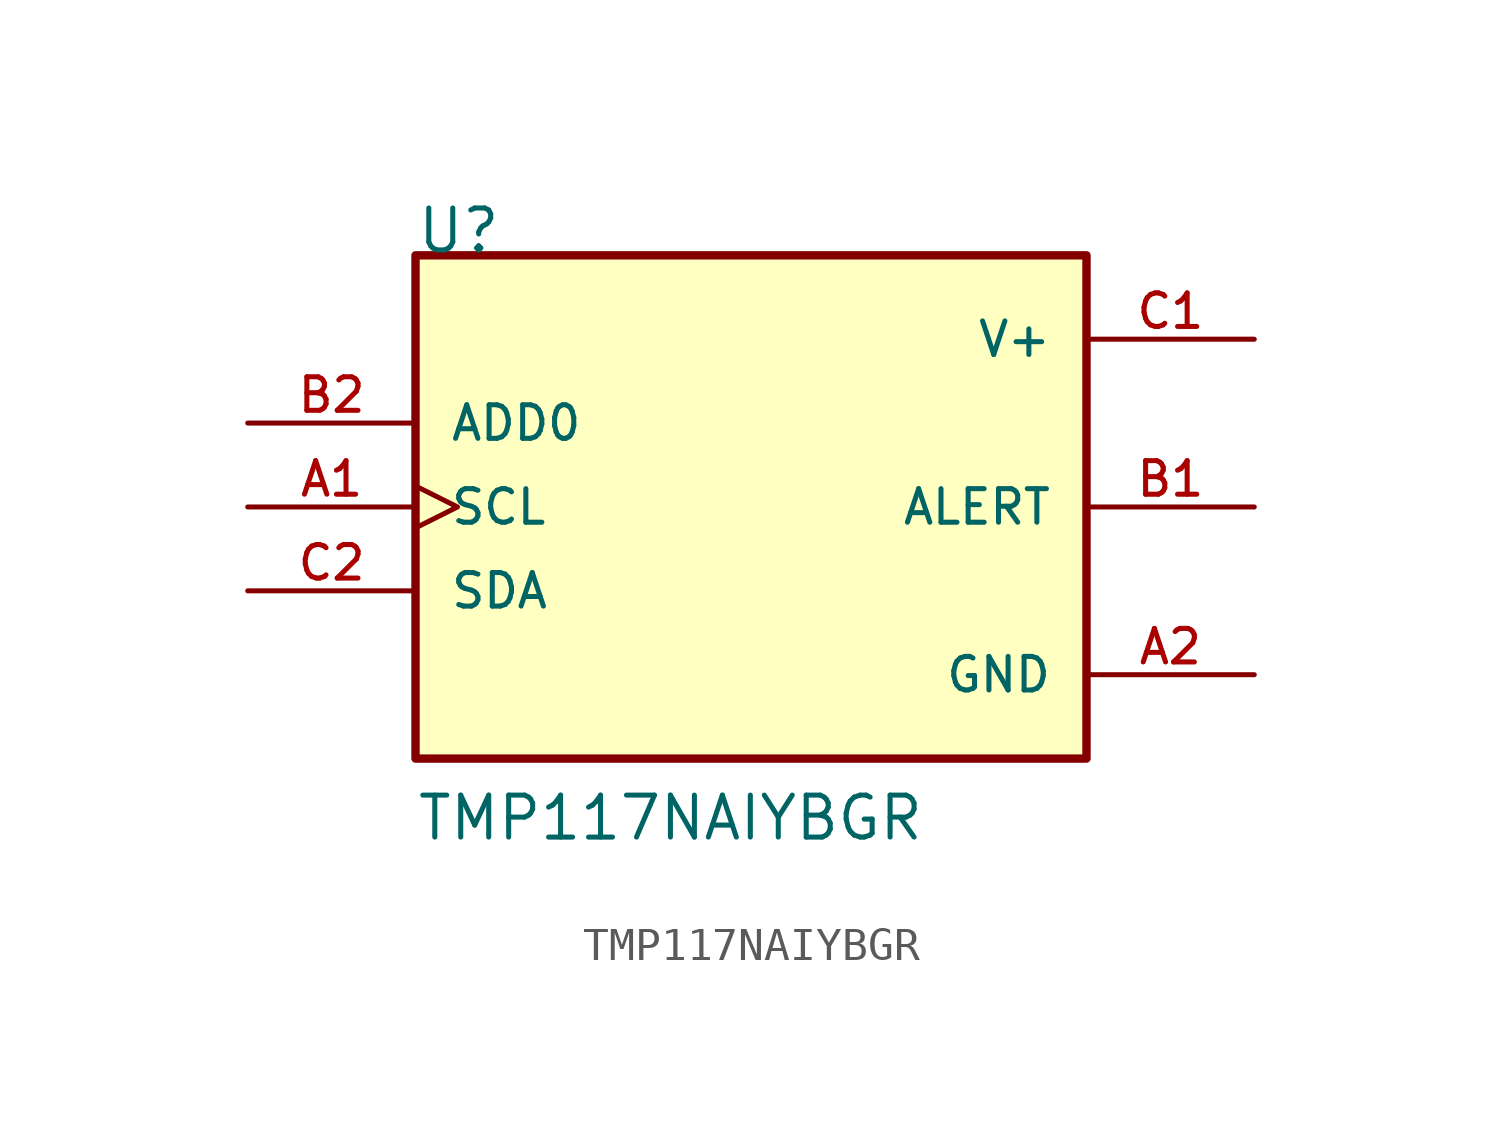
<source format=kicad_sym>
(kicad_symbol_lib
  (version 20211014)
  (generator kicad_symbol_editor)
  (symbol "TMP117NAIYBGR"
    (pin_names
      (offset 1.016))
    (property "Reference" "U"
      (at -10.16 7.62 0)
      (effects (font (size 1.27 1.27)) (justify bottom left)))
    (property "Value" "TMP117NAIYBGR"
      (at -10.16 -10.16 0)
      (effects (font (size 1.27 1.27)) (justify bottom left)))
    (symbol "TMP117NAIYBGR_0_0"
      (rectangle (start -10.16 -7.62) (end 10.16 7.62) (stroke (width 0.254)) (fill (type background)))
      (pin input line (at -15.24 2.54 0) (length 5.08) (name "ADD0" (effects (font (size 1.016 1.016)))) (number "B2" (effects (font (size 1.016 1.016)))))
      (pin bidirectional line (at -15.24 -2.54 0) (length 5.08) (name "SDA" (effects (font (size 1.016 1.016)))) (number "C2" (effects (font (size 1.016 1.016)))))
      (pin input clock (at -15.24 0.0 0) (length 5.08) (name "SCL" (effects (font (size 1.016 1.016)))) (number "A1" (effects (font (size 1.016 1.016)))))
      (pin output line (at 15.24 0.0 180.0) (length 5.08) (name "ALERT" (effects (font (size 1.016 1.016)))) (number "B1" (effects (font (size 1.016 1.016)))))
      (pin power_in line (at 15.24 5.08 180.0) (length 5.08) (name "V+" (effects (font (size 1.016 1.016)))) (number "C1" (effects (font (size 1.016 1.016)))))
      (pin power_in line (at 15.24 -5.08 180.0) (length 5.08) (name "GND" (effects (font (size 1.016 1.016)))) (number "A2" (effects (font (size 1.016 1.016))))))))
</source>
